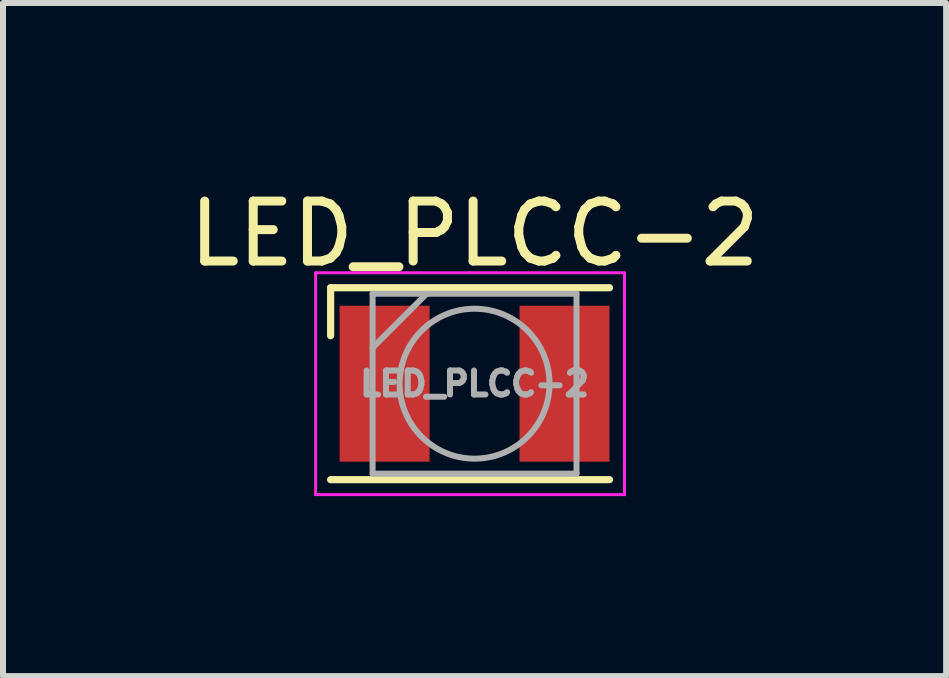
<source format=kicad_pcb>
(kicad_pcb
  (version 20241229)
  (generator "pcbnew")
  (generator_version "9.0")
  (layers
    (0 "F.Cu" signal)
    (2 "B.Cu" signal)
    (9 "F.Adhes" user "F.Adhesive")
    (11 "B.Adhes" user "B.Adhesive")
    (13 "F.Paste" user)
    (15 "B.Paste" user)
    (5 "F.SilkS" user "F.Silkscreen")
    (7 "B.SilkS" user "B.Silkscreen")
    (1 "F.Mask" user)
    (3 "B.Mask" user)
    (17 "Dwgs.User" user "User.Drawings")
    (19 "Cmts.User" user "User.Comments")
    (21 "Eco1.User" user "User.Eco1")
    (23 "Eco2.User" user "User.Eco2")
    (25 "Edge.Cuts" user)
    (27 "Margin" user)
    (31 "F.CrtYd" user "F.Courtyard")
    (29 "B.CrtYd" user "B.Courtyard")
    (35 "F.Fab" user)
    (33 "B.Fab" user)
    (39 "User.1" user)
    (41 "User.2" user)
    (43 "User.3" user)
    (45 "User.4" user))
  (footprint "LED_PLCC-2"
    (layer "F.Cu")
    (at 4.863 3.348)
    (property "Reference" "LED_PLCC-2" (at 0 -2.5 0) (layer "F.SilkS") (effects (font (size 1 1) (thickness 0.15))))
    (attr smd)
    (fp_line (start -2.4 -1.6) (end -2.4 -0.8) (stroke (width 0.12) (type solid)) (layer "F.SilkS"))
    (fp_line (start 2.25 -1.6) (end -2.4 -1.6) (stroke (width 0.12) (type solid)) (layer "F.SilkS"))
    (fp_line (start 2.25 1.6) (end -2.4 1.6) (stroke (width 0.12) (type solid)) (layer "F.SilkS"))
    (fp_line (start -2.65 -1.85) (end 2.5 -1.85) (stroke (width 0.05) (type solid)) (layer "F.CrtYd"))
    (fp_line (start -2.65 1.85) (end -2.65 -1.85) (stroke (width 0.05) (type solid)) (layer "F.CrtYd"))
    (fp_line (start 2.5 -1.85) (end 2.5 1.85) (stroke (width 0.05) (type solid)) (layer "F.CrtYd"))
    (fp_line (start 2.5 1.85) (end -2.65 1.85) (stroke (width 0.05) (type solid)) (layer "F.CrtYd"))
    (fp_line (start -1.7 -1.5) (end -1.7 1.5) (stroke (width 0.1) (type solid)) (layer "F.Fab"))
    (fp_line (start -1.7 -0.6) (end -0.8 -1.5) (stroke (width 0.1) (type solid)) (layer "F.Fab"))
    (fp_line (start -1.7 1.5) (end 1.7 1.5) (stroke (width 0.1) (type solid)) (layer "F.Fab"))
    (fp_line (start 1.7 -1.5) (end -1.7 -1.5) (stroke (width 0.1) (type solid)) (layer "F.Fab"))
    (fp_line (start 1.7 1.5) (end 1.7 -1.5) (stroke (width 0.1) (type solid)) (layer "F.Fab"))
    (fp_circle (center 0 0) (end 0 -1.25) (stroke (width 0.1) (type solid)) (fill no) (layer "F.Fab"))
    (fp_text user "${REFERENCE}" (at 0 0 0) (layer "F.Fab") (effects (font (size 0.4 0.4) (thickness 0.1))))
    (pad "1" smd rect (at -1.5 0) (size 1.5 2.6) (layers "F.Cu" "F.Mask" "F.Paste"))
    (pad "2" smd rect (at 1.5 0) (size 1.5 2.6) (layers "F.Cu" "F.Mask" "F.Paste")))
  (gr_rect
    (start -3 -3)
    (end 12.726 8.223)
    (stroke (width 0.1) (type default))
    (fill no)
    (layer "Edge.Cuts")))
</source>
